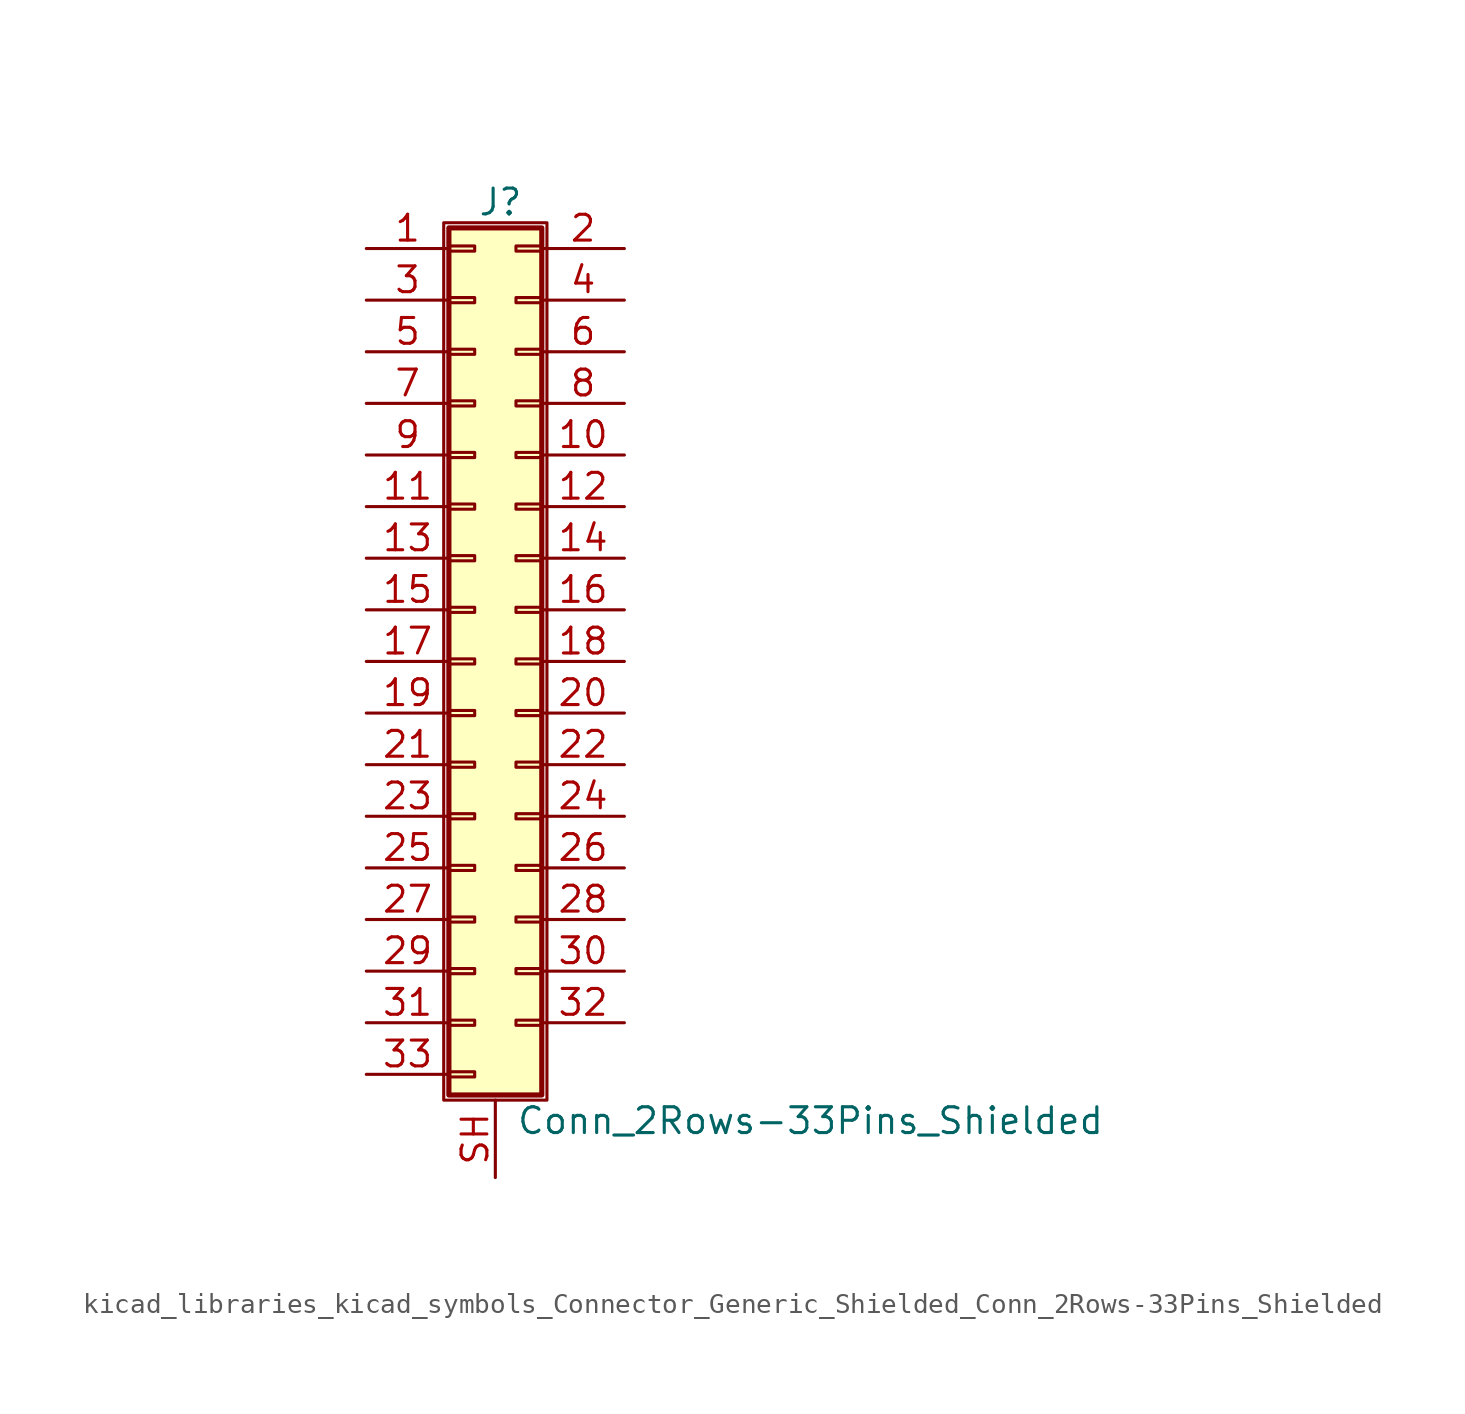
<source format=kicad_sym>
(kicad_symbol_lib
  (version 20220914)
  (generator kicad_symbol_editor)
  (symbol "kicad_libraries_kicad_symbols_Connector_Generic_Shielded_Conn_2Rows-33Pins_Shielded"
    (pin_names
      (offset 1.016) hide)
    (property "Reference" "J"
      (at 1.524 22.606 0)
      (effects (font (size 1.27 1.27))))
    (property "Value" "Conn_2Rows-33Pins_Shielded"
      (at 2.286 -22.606 0)
      (effects (font (size 1.27 1.27)) (justify left)))
    (symbol "kicad_libraries_kicad_symbols_Connector_Generic_Shielded_Conn_2Rows-33Pins_Shielded_1_1"
      (rectangle (start -1.27 21.59) (end 3.81 -21.59) (stroke (width 0.152) (type default)) (fill (type none)))
      (rectangle (start -1.016 -20.193) (end 0.254 -20.447) (stroke (width 0.152) (type default)) (fill (type none)))
      (rectangle (start -1.016 -17.653) (end 0.254 -17.907) (stroke (width 0.152) (type default)) (fill (type none)))
      (rectangle (start -1.016 -15.113) (end 0.254 -15.367) (stroke (width 0.152) (type default)) (fill (type none)))
      (rectangle (start -1.016 -12.573) (end 0.254 -12.827) (stroke (width 0.152) (type default)) (fill (type none)))
      (rectangle (start -1.016 -10.033) (end 0.254 -10.287) (stroke (width 0.152) (type default)) (fill (type none)))
      (rectangle (start -1.016 -7.493) (end 0.254 -7.747) (stroke (width 0.152) (type default)) (fill (type none)))
      (rectangle (start -1.016 -4.953) (end 0.254 -5.207) (stroke (width 0.152) (type default)) (fill (type none)))
      (rectangle (start -1.016 -2.413) (end 0.254 -2.667) (stroke (width 0.152) (type default)) (fill (type none)))
      (rectangle (start -1.016 0.127) (end 0.254 -0.127) (stroke (width 0.152) (type default)) (fill (type none)))
      (rectangle (start -1.016 2.667) (end 0.254 2.413) (stroke (width 0.152) (type default)) (fill (type none)))
      (rectangle (start -1.016 5.207) (end 0.254 4.953) (stroke (width 0.152) (type default)) (fill (type none)))
      (rectangle (start -1.016 7.747) (end 0.254 7.493) (stroke (width 0.152) (type default)) (fill (type none)))
      (rectangle (start -1.016 10.287) (end 0.254 10.033) (stroke (width 0.152) (type default)) (fill (type none)))
      (rectangle (start -1.016 12.827) (end 0.254 12.573) (stroke (width 0.152) (type default)) (fill (type none)))
      (rectangle (start -1.016 15.367) (end 0.254 15.113) (stroke (width 0.152) (type default)) (fill (type none)))
      (rectangle (start -1.016 17.907) (end 0.254 17.653) (stroke (width 0.152) (type default)) (fill (type none)))
      (rectangle (start -1.016 20.447) (end 0.254 20.193) (stroke (width 0.152) (type default)) (fill (type none)))
      (rectangle (start -1.016 21.336) (end 3.556 -21.336) (stroke (width 0.254) (type default)) (fill (type background)))
      (rectangle (start 3.556 -17.653) (end 2.286 -17.907) (stroke (width 0.152) (type default)) (fill (type none)))
      (rectangle (start 3.556 -15.113) (end 2.286 -15.367) (stroke (width 0.152) (type default)) (fill (type none)))
      (rectangle (start 3.556 -12.573) (end 2.286 -12.827) (stroke (width 0.152) (type default)) (fill (type none)))
      (rectangle (start 3.556 -10.033) (end 2.286 -10.287) (stroke (width 0.152) (type default)) (fill (type none)))
      (rectangle (start 3.556 -7.493) (end 2.286 -7.747) (stroke (width 0.152) (type default)) (fill (type none)))
      (rectangle (start 3.556 -4.953) (end 2.286 -5.207) (stroke (width 0.152) (type default)) (fill (type none)))
      (rectangle (start 3.556 -2.413) (end 2.286 -2.667) (stroke (width 0.152) (type default)) (fill (type none)))
      (rectangle (start 3.556 0.127) (end 2.286 -0.127) (stroke (width 0.152) (type default)) (fill (type none)))
      (rectangle (start 3.556 2.667) (end 2.286 2.413) (stroke (width 0.152) (type default)) (fill (type none)))
      (rectangle (start 3.556 5.207) (end 2.286 4.953) (stroke (width 0.152) (type default)) (fill (type none)))
      (rectangle (start 3.556 7.747) (end 2.286 7.493) (stroke (width 0.152) (type default)) (fill (type none)))
      (rectangle (start 3.556 10.287) (end 2.286 10.033) (stroke (width 0.152) (type default)) (fill (type none)))
      (rectangle (start 3.556 12.827) (end 2.286 12.573) (stroke (width 0.152) (type default)) (fill (type none)))
      (rectangle (start 3.556 15.367) (end 2.286 15.113) (stroke (width 0.152) (type default)) (fill (type none)))
      (rectangle (start 3.556 17.907) (end 2.286 17.653) (stroke (width 0.152) (type default)) (fill (type none)))
      (rectangle (start 3.556 20.447) (end 2.286 20.193) (stroke (width 0.152) (type default)) (fill (type none)))
      (pin passive line (at -5.08 20.32 0) (length 4.064) (name "Pin_1" (effects (font (size 1.27 1.27)))) (number "1" (effects (font (size 1.27 1.27)))))
      (pin passive line (at 7.62 10.16 180) (length 4.064) (name "Pin_10" (effects (font (size 1.27 1.27)))) (number "10" (effects (font (size 1.27 1.27)))))
      (pin passive line (at -5.08 7.62 0) (length 4.064) (name "Pin_11" (effects (font (size 1.27 1.27)))) (number "11" (effects (font (size 1.27 1.27)))))
      (pin passive line (at 7.62 7.62 180) (length 4.064) (name "Pin_12" (effects (font (size 1.27 1.27)))) (number "12" (effects (font (size 1.27 1.27)))))
      (pin passive line (at -5.08 5.08 0) (length 4.064) (name "Pin_13" (effects (font (size 1.27 1.27)))) (number "13" (effects (font (size 1.27 1.27)))))
      (pin passive line (at 7.62 5.08 180) (length 4.064) (name "Pin_14" (effects (font (size 1.27 1.27)))) (number "14" (effects (font (size 1.27 1.27)))))
      (pin passive line (at -5.08 2.54 0) (length 4.064) (name "Pin_15" (effects (font (size 1.27 1.27)))) (number "15" (effects (font (size 1.27 1.27)))))
      (pin passive line (at 7.62 2.54 180) (length 4.064) (name "Pin_16" (effects (font (size 1.27 1.27)))) (number "16" (effects (font (size 1.27 1.27)))))
      (pin passive line (at -5.08 0 0) (length 4.064) (name "Pin_17" (effects (font (size 1.27 1.27)))) (number "17" (effects (font (size 1.27 1.27)))))
      (pin passive line (at 7.62 0 180) (length 4.064) (name "Pin_18" (effects (font (size 1.27 1.27)))) (number "18" (effects (font (size 1.27 1.27)))))
      (pin passive line (at -5.08 -2.54 0) (length 4.064) (name "Pin_19" (effects (font (size 1.27 1.27)))) (number "19" (effects (font (size 1.27 1.27)))))
      (pin passive line (at 7.62 20.32 180) (length 4.064) (name "Pin_2" (effects (font (size 1.27 1.27)))) (number "2" (effects (font (size 1.27 1.27)))))
      (pin passive line (at 7.62 -2.54 180) (length 4.064) (name "Pin_20" (effects (font (size 1.27 1.27)))) (number "20" (effects (font (size 1.27 1.27)))))
      (pin passive line (at -5.08 -5.08 0) (length 4.064) (name "Pin_21" (effects (font (size 1.27 1.27)))) (number "21" (effects (font (size 1.27 1.27)))))
      (pin passive line (at 7.62 -5.08 180) (length 4.064) (name "Pin_22" (effects (font (size 1.27 1.27)))) (number "22" (effects (font (size 1.27 1.27)))))
      (pin passive line (at -5.08 -7.62 0) (length 4.064) (name "Pin_23" (effects (font (size 1.27 1.27)))) (number "23" (effects (font (size 1.27 1.27)))))
      (pin passive line (at 7.62 -7.62 180) (length 4.064) (name "Pin_24" (effects (font (size 1.27 1.27)))) (number "24" (effects (font (size 1.27 1.27)))))
      (pin passive line (at -5.08 -10.16 0) (length 4.064) (name "Pin_25" (effects (font (size 1.27 1.27)))) (number "25" (effects (font (size 1.27 1.27)))))
      (pin passive line (at 7.62 -10.16 180) (length 4.064) (name "Pin_26" (effects (font (size 1.27 1.27)))) (number "26" (effects (font (size 1.27 1.27)))))
      (pin passive line (at -5.08 -12.7 0) (length 4.064) (name "Pin_27" (effects (font (size 1.27 1.27)))) (number "27" (effects (font (size 1.27 1.27)))))
      (pin passive line (at 7.62 -12.7 180) (length 4.064) (name "Pin_28" (effects (font (size 1.27 1.27)))) (number "28" (effects (font (size 1.27 1.27)))))
      (pin passive line (at -5.08 -15.24 0) (length 4.064) (name "Pin_29" (effects (font (size 1.27 1.27)))) (number "29" (effects (font (size 1.27 1.27)))))
      (pin passive line (at -5.08 17.78 0) (length 4.064) (name "Pin_3" (effects (font (size 1.27 1.27)))) (number "3" (effects (font (size 1.27 1.27)))))
      (pin passive line (at 7.62 -15.24 180) (length 4.064) (name "Pin_30" (effects (font (size 1.27 1.27)))) (number "30" (effects (font (size 1.27 1.27)))))
      (pin passive line (at -5.08 -17.78 0) (length 4.064) (name "Pin_31" (effects (font (size 1.27 1.27)))) (number "31" (effects (font (size 1.27 1.27)))))
      (pin passive line (at 7.62 -17.78 180) (length 4.064) (name "Pin_32" (effects (font (size 1.27 1.27)))) (number "32" (effects (font (size 1.27 1.27)))))
      (pin passive line (at -5.08 -20.32 0) (length 4.064) (name "Pin_33" (effects (font (size 1.27 1.27)))) (number "33" (effects (font (size 1.27 1.27)))))
      (pin passive line (at 7.62 17.78 180) (length 4.064) (name "Pin_4" (effects (font (size 1.27 1.27)))) (number "4" (effects (font (size 1.27 1.27)))))
      (pin passive line (at -5.08 15.24 0) (length 4.064) (name "Pin_5" (effects (font (size 1.27 1.27)))) (number "5" (effects (font (size 1.27 1.27)))))
      (pin passive line (at 7.62 15.24 180) (length 4.064) (name "Pin_6" (effects (font (size 1.27 1.27)))) (number "6" (effects (font (size 1.27 1.27)))))
      (pin passive line (at -5.08 12.7 0) (length 4.064) (name "Pin_7" (effects (font (size 1.27 1.27)))) (number "7" (effects (font (size 1.27 1.27)))))
      (pin passive line (at 7.62 12.7 180) (length 4.064) (name "Pin_8" (effects (font (size 1.27 1.27)))) (number "8" (effects (font (size 1.27 1.27)))))
      (pin passive line (at -5.08 10.16 0) (length 4.064) (name "Pin_9" (effects (font (size 1.27 1.27)))) (number "9" (effects (font (size 1.27 1.27)))))
      (pin passive line (at 1.27 -25.4 90) (length 3.81) (name "Shield" (effects (font (size 1.27 1.27)))) (number "SH" (effects (font (size 1.27 1.27))))))))
</source>
